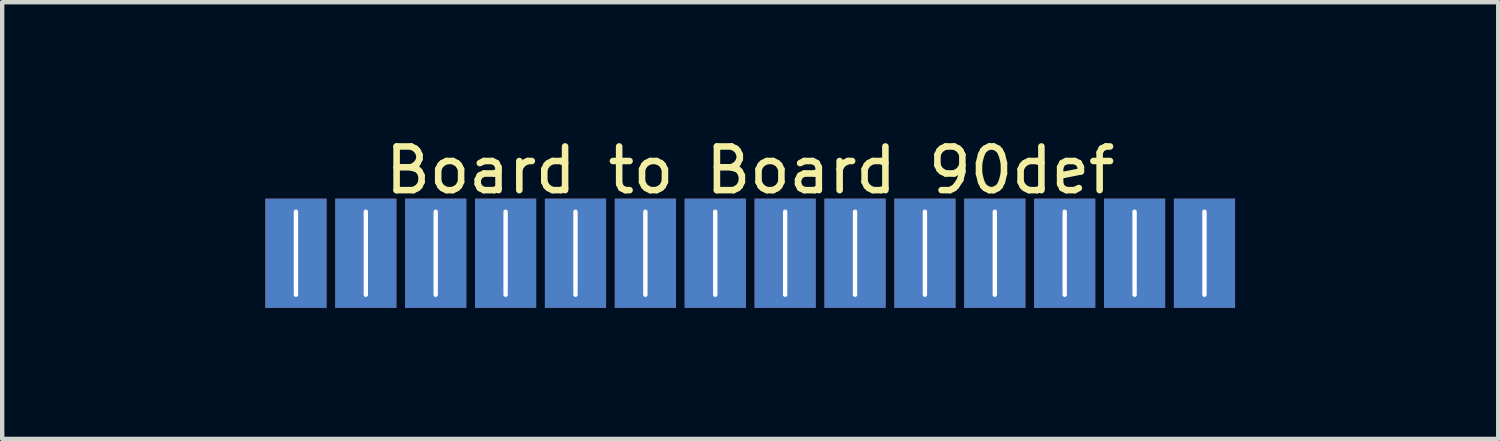
<source format=kicad_pcb>
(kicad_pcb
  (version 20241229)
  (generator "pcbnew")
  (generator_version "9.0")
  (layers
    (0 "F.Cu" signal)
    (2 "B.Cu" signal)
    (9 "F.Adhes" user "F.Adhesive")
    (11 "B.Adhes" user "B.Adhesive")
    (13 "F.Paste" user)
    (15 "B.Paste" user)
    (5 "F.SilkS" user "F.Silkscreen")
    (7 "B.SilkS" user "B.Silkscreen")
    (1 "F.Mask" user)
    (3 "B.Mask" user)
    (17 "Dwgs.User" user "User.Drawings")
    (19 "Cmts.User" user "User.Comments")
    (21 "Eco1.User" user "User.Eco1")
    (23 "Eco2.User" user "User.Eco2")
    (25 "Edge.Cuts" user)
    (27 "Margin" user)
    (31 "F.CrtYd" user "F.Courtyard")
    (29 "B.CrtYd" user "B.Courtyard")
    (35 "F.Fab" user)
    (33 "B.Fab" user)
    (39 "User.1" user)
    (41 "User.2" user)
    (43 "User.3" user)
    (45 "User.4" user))
  (footprint "Board to Board 90def"
    (layer "F.Cu")
    (at 14.125 1.848)
    (property "Reference" "Board to Board 90def" (at 0 -1 0) (unlocked yes) (layer "F.SilkS") (effects (font (size 1 1) (thickness 0.15))))
    (attr smd)
    (fp_line (start -14 1.5) (end -12 1.5) (stroke (width 0.25) (type solid)) (layer "User.1"))
    (fp_line (start -12 0.4) (end -12 1.5) (stroke (width 0.25) (type solid)) (layer "User.1"))
    (fp_line (start -11.5 -0.1) (end -10.9 -0.1) (stroke (width 0.25) (type solid)) (layer "User.1"))
    (fp_line (start -10.4 0.4) (end -10.4 1.9) (stroke (width 0.25) (type solid)) (layer "User.1"))
    (fp_line (start -8.8 0.4) (end -8.8 1.9) (stroke (width 0.25) (type solid)) (layer "User.1"))
    (fp_line (start -8.8 1.9) (end -10.4 1.9) (stroke (width 0.25) (type solid)) (layer "User.1"))
    (fp_line (start -8.3 -0.1) (end -7.7 -0.1) (stroke (width 0.25) (type solid)) (layer "User.1"))
    (fp_line (start -7.2 0.4) (end -7.2 1.9) (stroke (width 0.25) (type solid)) (layer "User.1"))
    (fp_line (start -5.6 0.4) (end -5.6 1.9) (stroke (width 0.25) (type solid)) (layer "User.1"))
    (fp_line (start -5.6 1.9) (end -7.2 1.9) (stroke (width 0.25) (type solid)) (layer "User.1"))
    (fp_line (start -5.1 -0.1) (end -4.5 -0.1) (stroke (width 0.25) (type solid)) (layer "User.1"))
    (fp_line (start -4 0.4) (end -4 1.9) (stroke (width 0.25) (type solid)) (layer "User.1"))
    (fp_line (start -2.4 0.4) (end -2.4 1.9) (stroke (width 0.25) (type solid)) (layer "User.1"))
    (fp_line (start -2.4 1.9) (end -4 1.9) (stroke (width 0.25) (type solid)) (layer "User.1"))
    (fp_line (start -1.9 -0.1) (end -1.3 -0.1) (stroke (width 0.25) (type solid)) (layer "User.1"))
    (fp_line (start -0.8 0.4) (end -0.8 1.9) (stroke (width 0.25) (type solid)) (layer "User.1"))
    (fp_line (start 0.8 0.4) (end 0.8 1.9) (stroke (width 0.25) (type solid)) (layer "User.1"))
    (fp_line (start 0.8 1.9) (end -0.8 1.9) (stroke (width 0.25) (type solid)) (layer "User.1"))
    (fp_line (start 1.3 -0.1) (end 1.9 -0.1) (stroke (width 0.25) (type solid)) (layer "User.1"))
    (fp_line (start 2.4 0.4) (end 2.4 1.9) (stroke (width 0.25) (type solid)) (layer "User.1"))
    (fp_line (start 4 0.4) (end 4 1.9) (stroke (width 0.25) (type solid)) (layer "User.1"))
    (fp_line (start 4 1.9) (end 2.4 1.9) (stroke (width 0.25) (type solid)) (layer "User.1"))
    (fp_line (start 4.5 -0.1) (end 5.1 -0.1) (stroke (width 0.25) (type solid)) (layer "User.1"))
    (fp_line (start 5.6 0.4) (end 5.6 1.9) (stroke (width 0.25) (type solid)) (layer "User.1"))
    (fp_line (start 7.2 0.4) (end 7.2 1.9) (stroke (width 0.25) (type solid)) (layer "User.1"))
    (fp_line (start 7.2 1.9) (end 5.6 1.9) (stroke (width 0.25) (type solid)) (layer "User.1"))
    (fp_line (start 7.7 -0.1) (end 8.3 -0.1) (stroke (width 0.25) (type solid)) (layer "User.1"))
    (fp_line (start 8.8 0.4) (end 8.8 1.9) (stroke (width 0.25) (type solid)) (layer "User.1"))
    (fp_line (start 10.4 0.4) (end 10.4 1.9) (stroke (width 0.25) (type solid)) (layer "User.1"))
    (fp_line (start 10.4 1.9) (end 8.8 1.9) (stroke (width 0.25) (type solid)) (layer "User.1"))
    (fp_line (start 10.9 -0.1) (end 11.5 -0.1) (stroke (width 0.25) (type solid)) (layer "User.1"))
    (fp_line (start 12 0.4) (end 12 1.5) (stroke (width 0.25) (type solid)) (layer "User.1"))
    (fp_line (start 12 1.5) (end 14 1.5) (stroke (width 0.25) (type solid)) (layer "User.1"))
    (fp_arc (start -12 0.399999) (mid -11.853553 0.046446) (end -11.5 -0.100001) (stroke (width 0.25) (type solid)) (layer "User.1"))
    (fp_arc (start -10.9 -0.100001) (mid -10.546447 0.046446) (end -10.4 0.399999) (stroke (width 0.25) (type solid)) (layer "User.1"))
    (fp_arc (start -8.8 0.399999) (mid -8.653553 0.046446) (end -8.3 -0.100001) (stroke (width 0.25) (type solid)) (layer "User.1"))
    (fp_arc (start -7.7 -0.100001) (mid -7.346447 0.046446) (end -7.2 0.399999) (stroke (width 0.25) (type solid)) (layer "User.1"))
    (fp_arc (start -5.6 0.399999) (mid -5.453553 0.046446) (end -5.1 -0.100001) (stroke (width 0.25) (type solid)) (layer "User.1"))
    (fp_arc (start -4.5 -0.100001) (mid -4.146447 0.046446) (end -4 0.399999) (stroke (width 0.25) (type solid)) (layer "User.1"))
    (fp_arc (start -2.4 0.399999) (mid -2.253553 0.046446) (end -1.9 -0.100001) (stroke (width 0.25) (type solid)) (layer "User.1"))
    (fp_arc (start -1.3 -0.100001) (mid -0.946447 0.046446) (end -0.8 0.399999) (stroke (width 0.25) (type solid)) (layer "User.1"))
    (fp_arc (start 0.8 0.399999) (mid 0.946447 0.046446) (end 1.3 -0.100001) (stroke (width 0.25) (type solid)) (layer "User.1"))
    (fp_arc (start 1.9 -0.100001) (mid 2.253553 0.046446) (end 2.4 0.399999) (stroke (width 0.25) (type solid)) (layer "User.1"))
    (fp_arc (start 4 0.399999) (mid 4.146447 0.046446) (end 4.5 -0.100001) (stroke (width 0.25) (type solid)) (layer "User.1"))
    (fp_arc (start 5.1 -0.100001) (mid 5.453553 0.046446) (end 5.6 0.399999) (stroke (width 0.25) (type solid)) (layer "User.1"))
    (fp_arc (start 7.2 0.399999) (mid 7.346447 0.046446) (end 7.7 -0.100001) (stroke (width 0.25) (type solid)) (layer "User.1"))
    (fp_arc (start 8.3 -0.100001) (mid 8.653553 0.046446) (end 8.8 0.399999) (stroke (width 0.25) (type solid)) (layer "User.1"))
    (fp_arc (start 10.4 0.399999) (mid 10.546447 0.046446) (end 10.9 -0.100001) (stroke (width 0.25) (type solid)) (layer "User.1"))
    (fp_arc (start 11.5 -0.100001) (mid 11.853553 0.046446) (end 12 0.399999) (stroke (width 0.25) (type solid)) (layer "User.1"))
    (pad "1" thru_hole rect (at -10.4 0.9) (size 1.4 2.5) (drill oval 0.1 2) (layers "*.Cu" "*.Mask"))
    (pad "2" thru_hole rect (at -8.8 0.9) (size 1.4 2.5) (drill oval 0.1 2) (layers "*.Cu" "*.Mask"))
    (pad "3" thru_hole rect (at -7.2 0.9) (size 1.4 2.5) (drill oval 0.1 2) (layers "*.Cu" "*.Mask"))
    (pad "4" thru_hole rect (at -5.6 0.9) (size 1.4 2.5) (drill oval 0.1 2) (layers "*.Cu" "*.Mask"))
    (pad "5" thru_hole rect (at -4 0.9) (size 1.4 2.5) (drill oval 0.1 2) (layers "*.Cu" "*.Mask"))
    (pad "6" thru_hole rect (at -2.4 0.9) (size 1.4 2.5) (drill oval 0.1 2) (layers "*.Cu" "*.Mask"))
    (pad "7" thru_hole rect (at -0.8 0.9) (size 1.4 2.5) (drill oval 0.1 2) (layers "*.Cu" "*.Mask"))
    (pad "8" thru_hole rect (at 0.8 0.9) (size 1.4 2.5) (drill oval 0.1 2) (layers "*.Cu" "*.Mask"))
    (pad "9" thru_hole rect (at 2.4 0.9) (size 1.4 2.5) (drill oval 0.1 2) (layers "*.Cu" "*.Mask"))
    (pad "10" thru_hole rect (at 4 0.9) (size 1.4 2.5) (drill oval 0.1 2) (layers "*.Cu" "*.Mask"))
    (pad "11" thru_hole rect (at 5.6 0.9) (size 1.4 2.5) (drill oval 0.1 2) (layers "*.Cu" "*.Mask"))
    (pad "12" thru_hole rect (at 7.2 0.9) (size 1.4 2.5) (drill oval 0.1 2) (layers "*.Cu" "*.Mask"))
    (pad "13" thru_hole rect (at 8.8 0.9) (size 1.4 2.5) (drill oval 0.1 2) (layers "*.Cu" "*.Mask"))
    (pad "14" thru_hole rect (at 10.4 0.9) (size 1.4 2.5) (drill oval 0.1 2) (layers "*.Cu" "*.Mask")))
  (gr_rect
    (start -3 -3)
    (end 31.25 6.998)
    (stroke (width 0.1) (type default))
    (fill no)
    (layer "Edge.Cuts")))
</source>
